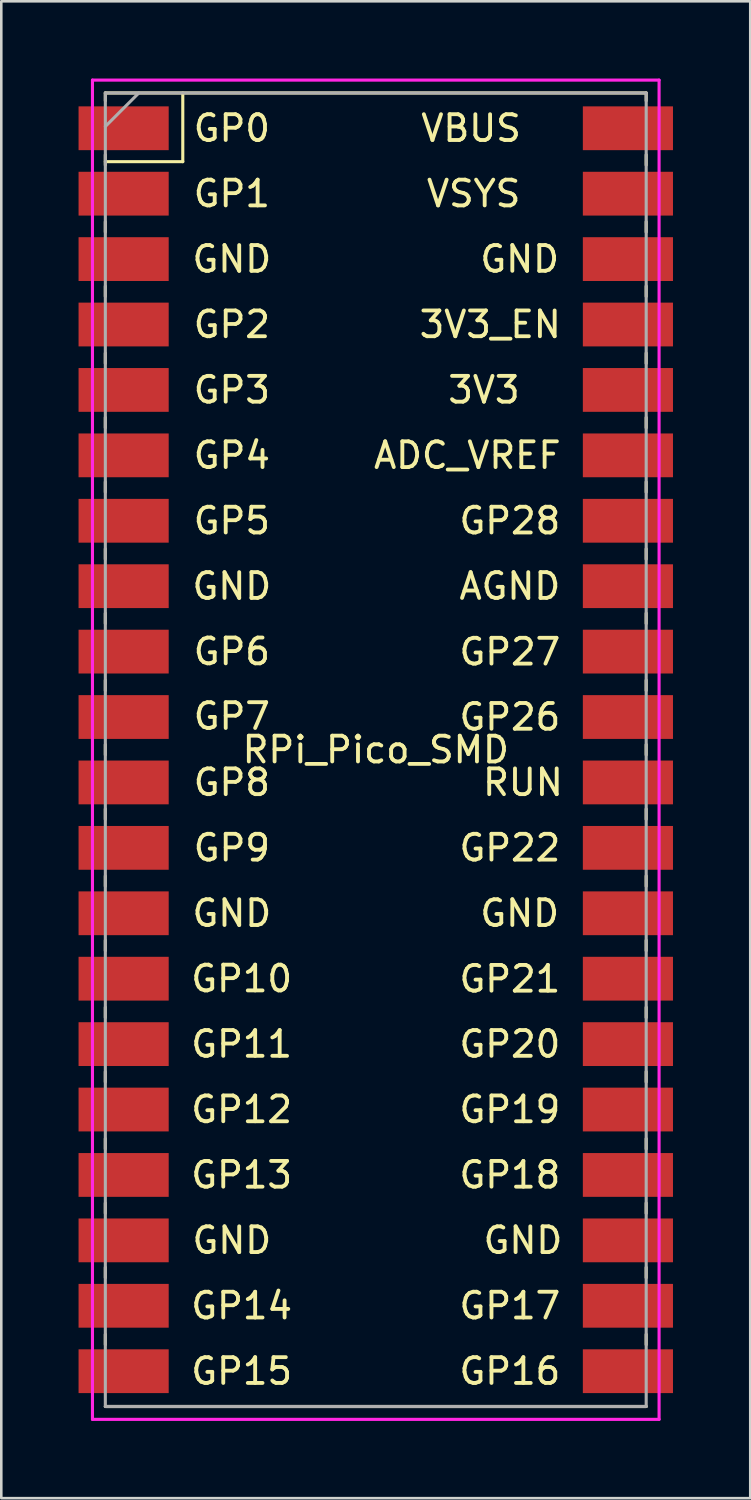
<source format=kicad_pcb>
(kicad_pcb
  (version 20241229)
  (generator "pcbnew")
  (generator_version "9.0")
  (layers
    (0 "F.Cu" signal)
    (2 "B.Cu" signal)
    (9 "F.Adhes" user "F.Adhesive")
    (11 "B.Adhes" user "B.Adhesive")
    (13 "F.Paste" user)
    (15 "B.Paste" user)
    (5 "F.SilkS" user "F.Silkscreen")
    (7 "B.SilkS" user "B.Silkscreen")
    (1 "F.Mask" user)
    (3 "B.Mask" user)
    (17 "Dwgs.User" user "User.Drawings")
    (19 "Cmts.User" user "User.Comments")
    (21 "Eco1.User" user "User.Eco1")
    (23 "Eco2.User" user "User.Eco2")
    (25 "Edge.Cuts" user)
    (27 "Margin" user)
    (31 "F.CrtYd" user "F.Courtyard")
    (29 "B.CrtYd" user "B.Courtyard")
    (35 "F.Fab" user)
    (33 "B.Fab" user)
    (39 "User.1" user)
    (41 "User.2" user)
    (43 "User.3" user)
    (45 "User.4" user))
  (footprint "RPi_Pico_SMD"
    (layer "F.Cu")
    (at 11.54 26.06)
    (property "Reference" "RPi_Pico_SMD" (at 0 0 0) (layer "F.SilkS") (effects (font (size 1 1) (thickness 0.15))))
    (attr through_hole)
    (fp_line (start -10.5 -25.5) (end -10.5 -25.2) (stroke (width 0.12) (type solid)) (layer "F.SilkS"))
    (fp_line (start -10.5 -25.5) (end 10.5 -25.5) (stroke (width 0.12) (type solid)) (layer "F.SilkS"))
    (fp_line (start -10.5 -23.1) (end -10.5 -22.7) (stroke (width 0.12) (type solid)) (layer "F.SilkS"))
    (fp_line (start -10.5 -22.833) (end -7.493 -22.833) (stroke (width 0.12) (type solid)) (layer "F.SilkS"))
    (fp_line (start -10.5 -20.5) (end -10.5 -20.1) (stroke (width 0.12) (type solid)) (layer "F.SilkS"))
    (fp_line (start -10.5 -18) (end -10.5 -17.6) (stroke (width 0.12) (type solid)) (layer "F.SilkS"))
    (fp_line (start -10.5 -15.4) (end -10.5 -15) (stroke (width 0.12) (type solid)) (layer "F.SilkS"))
    (fp_line (start -10.5 -12.9) (end -10.5 -12.5) (stroke (width 0.12) (type solid)) (layer "F.SilkS"))
    (fp_line (start -10.5 -10.4) (end -10.5 -10) (stroke (width 0.12) (type solid)) (layer "F.SilkS"))
    (fp_line (start -10.5 -7.8) (end -10.5 -7.4) (stroke (width 0.12) (type solid)) (layer "F.SilkS"))
    (fp_line (start -10.5 -5.3) (end -10.5 -4.9) (stroke (width 0.12) (type solid)) (layer "F.SilkS"))
    (fp_line (start -10.5 -2.7) (end -10.5 -2.3) (stroke (width 0.12) (type solid)) (layer "F.SilkS"))
    (fp_line (start -10.5 -0.2) (end -10.5 0.2) (stroke (width 0.12) (type solid)) (layer "F.SilkS"))
    (fp_line (start -10.5 2.3) (end -10.5 2.7) (stroke (width 0.12) (type solid)) (layer "F.SilkS"))
    (fp_line (start -10.5 4.9) (end -10.5 5.3) (stroke (width 0.12) (type solid)) (layer "F.SilkS"))
    (fp_line (start -10.5 7.4) (end -10.5 7.8) (stroke (width 0.12) (type solid)) (layer "F.SilkS"))
    (fp_line (start -10.5 10) (end -10.5 10.4) (stroke (width 0.12) (type solid)) (layer "F.SilkS"))
    (fp_line (start -10.5 12.5) (end -10.5 12.9) (stroke (width 0.12) (type solid)) (layer "F.SilkS"))
    (fp_line (start -10.5 15.1) (end -10.5 15.5) (stroke (width 0.12) (type solid)) (layer "F.SilkS"))
    (fp_line (start -10.5 17.6) (end -10.5 18) (stroke (width 0.12) (type solid)) (layer "F.SilkS"))
    (fp_line (start -10.5 20.1) (end -10.5 20.5) (stroke (width 0.12) (type solid)) (layer "F.SilkS"))
    (fp_line (start -10.5 22.7) (end -10.5 23.1) (stroke (width 0.12) (type solid)) (layer "F.SilkS"))
    (fp_line (start -7.493 -22.833) (end -7.493 -25.5) (stroke (width 0.12) (type solid)) (layer "F.SilkS"))
    (fp_line (start 10.5 -25.5) (end 10.5 -25.2) (stroke (width 0.12) (type solid)) (layer "F.SilkS"))
    (fp_line (start 10.5 -23.1) (end 10.5 -22.7) (stroke (width 0.12) (type solid)) (layer "F.SilkS"))
    (fp_line (start 10.5 -20.5) (end 10.5 -20.1) (stroke (width 0.12) (type solid)) (layer "F.SilkS"))
    (fp_line (start 10.5 -18) (end 10.5 -17.6) (stroke (width 0.12) (type solid)) (layer "F.SilkS"))
    (fp_line (start 10.5 -15.4) (end 10.5 -15) (stroke (width 0.12) (type solid)) (layer "F.SilkS"))
    (fp_line (start 10.5 -12.9) (end 10.5 -12.5) (stroke (width 0.12) (type solid)) (layer "F.SilkS"))
    (fp_line (start 10.5 -10.4) (end 10.5 -10) (stroke (width 0.12) (type solid)) (layer "F.SilkS"))
    (fp_line (start 10.5 -7.8) (end 10.5 -7.4) (stroke (width 0.12) (type solid)) (layer "F.SilkS"))
    (fp_line (start 10.5 -5.3) (end 10.5 -4.9) (stroke (width 0.12) (type solid)) (layer "F.SilkS"))
    (fp_line (start 10.5 -2.7) (end 10.5 -2.3) (stroke (width 0.12) (type solid)) (layer "F.SilkS"))
    (fp_line (start 10.5 -0.2) (end 10.5 0.2) (stroke (width 0.12) (type solid)) (layer "F.SilkS"))
    (fp_line (start 10.5 2.3) (end 10.5 2.7) (stroke (width 0.12) (type solid)) (layer "F.SilkS"))
    (fp_line (start 10.5 4.9) (end 10.5 5.3) (stroke (width 0.12) (type solid)) (layer "F.SilkS"))
    (fp_line (start 10.5 7.4) (end 10.5 7.8) (stroke (width 0.12) (type solid)) (layer "F.SilkS"))
    (fp_line (start 10.5 10) (end 10.5 10.4) (stroke (width 0.12) (type solid)) (layer "F.SilkS"))
    (fp_line (start 10.5 12.5) (end 10.5 12.9) (stroke (width 0.12) (type solid)) (layer "F.SilkS"))
    (fp_line (start 10.5 15.1) (end 10.5 15.5) (stroke (width 0.12) (type solid)) (layer "F.SilkS"))
    (fp_line (start 10.5 17.6) (end 10.5 18) (stroke (width 0.12) (type solid)) (layer "F.SilkS"))
    (fp_line (start 10.5 20.1) (end 10.5 20.5) (stroke (width 0.12) (type solid)) (layer "F.SilkS"))
    (fp_line (start 10.5 22.7) (end 10.5 23.1) (stroke (width 0.12) (type solid)) (layer "F.SilkS"))
    (fp_line (start 10.5 25.5) (end -10.5 25.5) (stroke (width 0.12) (type solid)) (layer "F.SilkS"))
    (fp_line (start -11 -26) (end 11 -26) (stroke (width 0.12) (type solid)) (layer "F.CrtYd"))
    (fp_line (start -11 26) (end -11 -26) (stroke (width 0.12) (type solid)) (layer "F.CrtYd"))
    (fp_line (start 11 -26) (end 11 26) (stroke (width 0.12) (type solid)) (layer "F.CrtYd"))
    (fp_line (start 11 26) (end -11 26) (stroke (width 0.12) (type solid)) (layer "F.CrtYd"))
    (fp_line (start -10.5 -25.5) (end 10.5 -25.5) (stroke (width 0.12) (type solid)) (layer "F.Fab"))
    (fp_line (start -10.5 -24.2) (end -9.2 -25.5) (stroke (width 0.12) (type solid)) (layer "F.Fab"))
    (fp_line (start -10.5 25.5) (end -10.5 -25.5) (stroke (width 0.12) (type solid)) (layer "F.Fab"))
    (fp_line (start 10.5 -25.5) (end 10.5 25.5) (stroke (width 0.12) (type solid)) (layer "F.Fab"))
    (fp_line (start 10.5 25.5) (end -10.5 25.5) (stroke (width 0.12) (type solid)) (layer "F.Fab"))
    (fp_text user "GND" (at 5.588 -19.05 0) (layer "F.SilkS") (effects (font (size 1 1) (thickness 0.15))))
    (fp_text user "GP10" (at -5.207 8.89 180) (layer "F.SilkS") (effects (font (size 1 1) (thickness 0.15))))
    (fp_text user "GP9" (at -5.588 3.81 180) (layer "F.SilkS") (effects (font (size 1 1) (thickness 0.15))))
    (fp_text user "GP7" (at -5.588 -1.3 180) (layer "F.SilkS") (effects (font (size 1 1) (thickness 0.15))))
    (fp_text user "GP1" (at -5.588 -21.59 180) (layer "F.SilkS") (effects (font (size 1 1) (thickness 0.15))))
    (fp_text user "GP0" (at -5.588 -24.13 180) (layer "F.SilkS") (effects (font (size 1 1) (thickness 0.15))))
    (fp_text user "VSYS" (at 3.8 -21.59 0) (layer "F.SilkS") (effects (font (size 1 1) (thickness 0.15))))
    (fp_text user "ADC_VREF" (at 3.556 -11.43 0) (layer "F.SilkS") (effects (font (size 1 1) (thickness 0.15))))
    (fp_text user "3V3" (at 4.2 -13.97 0) (layer "F.SilkS") (effects (font (size 1 1) (thickness 0.15))))
    (fp_text user "GP28" (at 5.207 -8.89 0) (layer "F.SilkS") (effects (font (size 1 1) (thickness 0.15))))
    (fp_text user "GP11" (at -5.207 11.43 180) (layer "F.SilkS") (effects (font (size 1 1) (thickness 0.15))))
    (fp_text user "GP5" (at -5.588 -8.89 180) (layer "F.SilkS") (effects (font (size 1 1) (thickness 0.15))))
    (fp_text user "GP15" (at -5.207 24.13 180) (layer "F.SilkS") (effects (font (size 1 1) (thickness 0.15))))
    (fp_text user "RUN" (at 5.715 1.27 0) (layer "F.SilkS") (effects (font (size 1 1) (thickness 0.15))))
    (fp_text user "GP21" (at 5.207 8.9 0) (layer "F.SilkS") (effects (font (size 1 1) (thickness 0.15))))
    (fp_text user "GP16" (at 5.207 24.13 0) (layer "F.SilkS") (effects (font (size 1 1) (thickness 0.15))))
    (fp_text user "GND" (at -5.588 -6.35 180) (layer "F.SilkS") (effects (font (size 1 1) (thickness 0.15))))
    (fp_text user "GP3" (at -5.588 -13.97 180) (layer "F.SilkS") (effects (font (size 1 1) (thickness 0.15))))
    (fp_text user "AGND" (at 5.207 -6.35 0) (layer "F.SilkS") (effects (font (size 1 1) (thickness 0.15))))
    (fp_text user "GND" (at 5.588 6.35 0) (layer "F.SilkS") (effects (font (size 1 1) (thickness 0.15))))
    (fp_text user "GP27" (at 5.207 -3.8 0) (layer "F.SilkS") (effects (font (size 1 1) (thickness 0.15))))
    (fp_text user "3V3_EN" (at 4.445 -16.51 0) (layer "F.SilkS") (effects (font (size 1 1) (thickness 0.15))))
    (fp_text user "GP4" (at -5.588 -11.43 180) (layer "F.SilkS") (effects (font (size 1 1) (thickness 0.15))))
    (fp_text user "GP2" (at -5.588 -16.51 180) (layer "F.SilkS") (effects (font (size 1 1) (thickness 0.15))))
    (fp_text user "GP19" (at 5.207 13.97 0) (layer "F.SilkS") (effects (font (size 1 1) (thickness 0.15))))
    (fp_text user "GND" (at -5.588 6.35 180) (layer "F.SilkS") (effects (font (size 1 1) (thickness 0.15))))
    (fp_text user "GND" (at -5.588 19.05 180) (layer "F.SilkS") (effects (font (size 1 1) (thickness 0.15))))
    (fp_text user "GP20" (at 5.207 11.43 0) (layer "F.SilkS") (effects (font (size 1 1) (thickness 0.15))))
    (fp_text user "GP26" (at 5.207 -1.27 0) (layer "F.SilkS") (effects (font (size 1 1) (thickness 0.15))))
    (fp_text user "GP8" (at -5.588 1.27 180) (layer "F.SilkS") (effects (font (size 1 1) (thickness 0.15))))
    (fp_text user "GND" (at 5.715 19.05 0) (layer "F.SilkS") (effects (font (size 1 1) (thickness 0.15))))
    (fp_text user "GP13" (at -5.207 16.51 180) (layer "F.SilkS") (effects (font (size 1 1) (thickness 0.15))))
    (fp_text user "GP17" (at 5.207 21.59 0) (layer "F.SilkS") (effects (font (size 1 1) (thickness 0.15))))
    (fp_text user "GP14" (at -5.207 21.59 180) (layer "F.SilkS") (effects (font (size 1 1) (thickness 0.15))))
    (fp_text user "GP22" (at 5.207 3.81 0) (layer "F.SilkS") (effects (font (size 1 1) (thickness 0.15))))
    (fp_text user "GP12" (at -5.207 13.97 180) (layer "F.SilkS") (effects (font (size 1 1) (thickness 0.15))))
    (fp_text user "GP6" (at -5.588 -3.81 180) (layer "F.SilkS") (effects (font (size 1 1) (thickness 0.15))))
    (fp_text user "GP18" (at 5.207 16.51 0) (layer "F.SilkS") (effects (font (size 1 1) (thickness 0.15))))
    (fp_text user "VBUS" (at 3.7 -24.13 0) (layer "F.SilkS") (effects (font (size 1 1) (thickness 0.15))))
    (fp_text user "GND" (at -5.588 -19.05 180) (layer "F.SilkS") (effects (font (size 1 1) (thickness 0.15))))
    (pad "1" smd rect (at -8.89 -24.13) (size 3.5 1.7) (drill (offset -0.9 0)) (layers "F.Cu" "F.Mask"))
    (pad "2" smd rect (at -8.89 -21.59) (size 3.5 1.7) (drill (offset -0.9 0)) (layers "F.Cu" "F.Mask"))
    (pad "3" smd rect (at -8.89 -19.05) (size 3.5 1.7) (drill (offset -0.9 0)) (layers "F.Cu" "F.Mask"))
    (pad "4" smd rect (at -8.89 -16.51) (size 3.5 1.7) (drill (offset -0.9 0)) (layers "F.Cu" "F.Mask"))
    (pad "5" smd rect (at -8.89 -13.97) (size 3.5 1.7) (drill (offset -0.9 0)) (layers "F.Cu" "F.Mask"))
    (pad "6" smd rect (at -8.89 -11.43) (size 3.5 1.7) (drill (offset -0.9 0)) (layers "F.Cu" "F.Mask"))
    (pad "7" smd rect (at -8.89 -8.89) (size 3.5 1.7) (drill (offset -0.9 0)) (layers "F.Cu" "F.Mask"))
    (pad "8" smd rect (at -8.89 -6.35) (size 3.5 1.7) (drill (offset -0.9 0)) (layers "F.Cu" "F.Mask"))
    (pad "9" smd rect (at -8.89 -3.81) (size 3.5 1.7) (drill (offset -0.9 0)) (layers "F.Cu" "F.Mask"))
    (pad "10" smd rect (at -8.89 -1.27) (size 3.5 1.7) (drill (offset -0.9 0)) (layers "F.Cu" "F.Mask"))
    (pad "11" smd rect (at -8.89 1.27) (size 3.5 1.7) (drill (offset -0.9 0)) (layers "F.Cu" "F.Mask"))
    (pad "12" smd rect (at -8.89 3.81) (size 3.5 1.7) (drill (offset -0.9 0)) (layers "F.Cu" "F.Mask"))
    (pad "13" smd rect (at -8.89 6.35) (size 3.5 1.7) (drill (offset -0.9 0)) (layers "F.Cu" "F.Mask"))
    (pad "14" smd rect (at -8.89 8.89) (size 3.5 1.7) (drill (offset -0.9 0)) (layers "F.Cu" "F.Mask"))
    (pad "15" smd rect (at -8.89 11.43) (size 3.5 1.7) (drill (offset -0.9 0)) (layers "F.Cu" "F.Mask"))
    (pad "16" smd rect (at -8.89 13.97) (size 3.5 1.7) (drill (offset -0.9 0)) (layers "F.Cu" "F.Mask"))
    (pad "17" smd rect (at -8.89 16.51) (size 3.5 1.7) (drill (offset -0.9 0)) (layers "F.Cu" "F.Mask"))
    (pad "18" smd rect (at -8.89 19.05) (size 3.5 1.7) (drill (offset -0.9 0)) (layers "F.Cu" "F.Mask"))
    (pad "19" smd rect (at -8.89 21.59) (size 3.5 1.7) (drill (offset -0.9 0)) (layers "F.Cu" "F.Mask"))
    (pad "20" smd rect (at -8.89 24.13) (size 3.5 1.7) (drill (offset -0.9 0)) (layers "F.Cu" "F.Mask"))
    (pad "21" smd rect (at 8.89 24.13) (size 3.5 1.7) (drill (offset 0.9 0)) (layers "F.Cu" "F.Mask"))
    (pad "22" smd rect (at 8.89 21.59) (size 3.5 1.7) (drill (offset 0.9 0)) (layers "F.Cu" "F.Mask"))
    (pad "23" smd rect (at 8.89 19.05) (size 3.5 1.7) (drill (offset 0.9 0)) (layers "F.Cu" "F.Mask"))
    (pad "24" smd rect (at 8.89 16.51) (size 3.5 1.7) (drill (offset 0.9 0)) (layers "F.Cu" "F.Mask"))
    (pad "25" smd rect (at 8.89 13.97) (size 3.5 1.7) (drill (offset 0.9 0)) (layers "F.Cu" "F.Mask"))
    (pad "26" smd rect (at 8.89 11.43) (size 3.5 1.7) (drill (offset 0.9 0)) (layers "F.Cu" "F.Mask"))
    (pad "27" smd rect (at 8.89 8.89) (size 3.5 1.7) (drill (offset 0.9 0)) (layers "F.Cu" "F.Mask"))
    (pad "28" smd rect (at 8.89 6.35) (size 3.5 1.7) (drill (offset 0.9 0)) (layers "F.Cu" "F.Mask"))
    (pad "29" smd rect (at 8.89 3.81) (size 3.5 1.7) (drill (offset 0.9 0)) (layers "F.Cu" "F.Mask"))
    (pad "30" smd rect (at 8.89 1.27) (size 3.5 1.7) (drill (offset 0.9 0)) (layers "F.Cu" "F.Mask"))
    (pad "31" smd rect (at 8.89 -1.27) (size 3.5 1.7) (drill (offset 0.9 0)) (layers "F.Cu" "F.Mask"))
    (pad "32" smd rect (at 8.89 -3.81) (size 3.5 1.7) (drill (offset 0.9 0)) (layers "F.Cu" "F.Mask"))
    (pad "33" smd rect (at 8.89 -6.35) (size 3.5 1.7) (drill (offset 0.9 0)) (layers "F.Cu" "F.Mask"))
    (pad "34" smd rect (at 8.89 -8.89) (size 3.5 1.7) (drill (offset 0.9 0)) (layers "F.Cu" "F.Mask"))
    (pad "35" smd rect (at 8.89 -11.43) (size 3.5 1.7) (drill (offset 0.9 0)) (layers "F.Cu" "F.Mask"))
    (pad "36" smd rect (at 8.89 -13.97) (size 3.5 1.7) (drill (offset 0.9 0)) (layers "F.Cu" "F.Mask"))
    (pad "37" smd rect (at 8.89 -16.51) (size 3.5 1.7) (drill (offset 0.9 0)) (layers "F.Cu" "F.Mask"))
    (pad "38" smd rect (at 8.89 -19.05) (size 3.5 1.7) (drill (offset 0.9 0)) (layers "F.Cu" "F.Mask"))
    (pad "39" smd rect (at 8.89 -21.59) (size 3.5 1.7) (drill (offset 0.9 0)) (layers "F.Cu" "F.Mask"))
    (pad "40" smd rect (at 8.89 -24.13) (size 3.5 1.7) (drill (offset 0.9 0)) (layers "F.Cu" "F.Mask")))
  (gr_rect
    (start -3 -3)
    (end 26.08 55.12)
    (stroke (width 0.1) (type default))
    (fill no)
    (layer "Edge.Cuts")))
</source>
